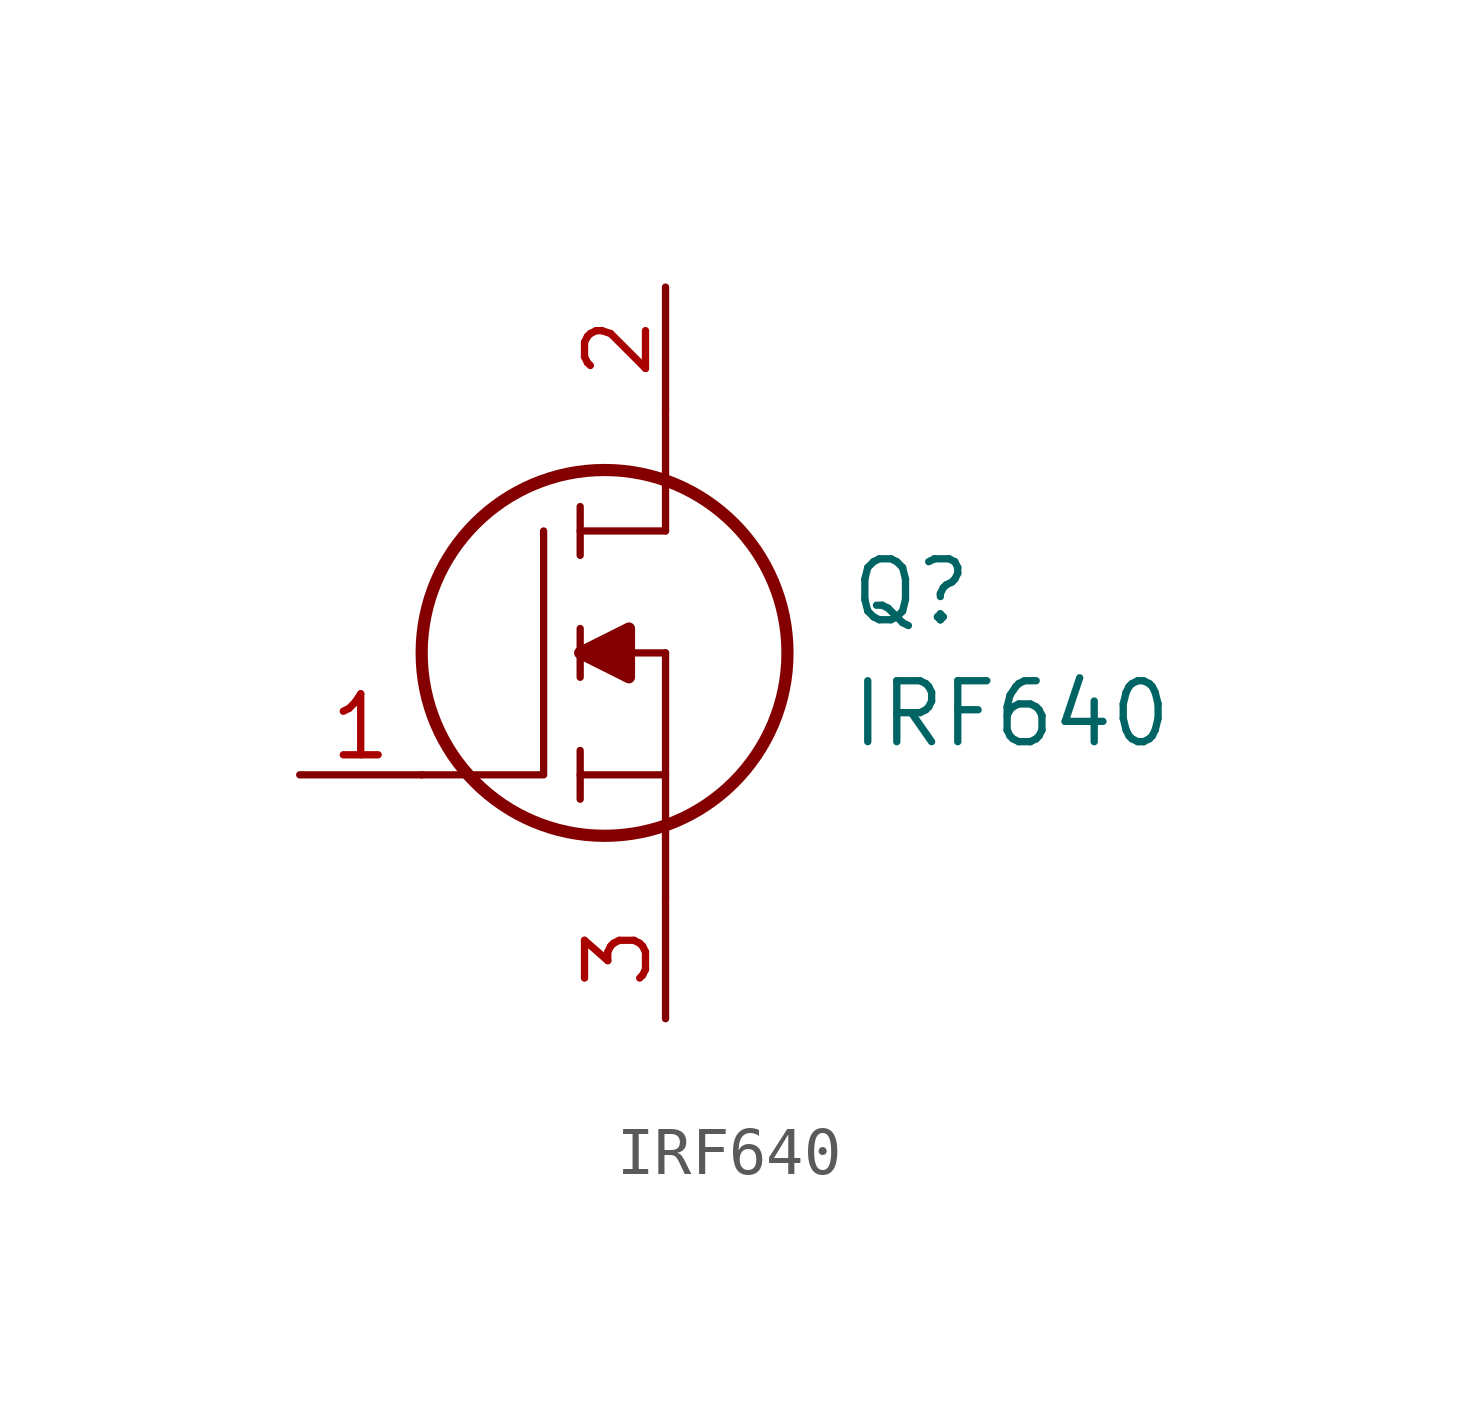
<source format=kicad_sym>
(kicad_symbol_lib
  (version 20211014)
  (generator kicad_symbol_editor)
  (symbol "IRF640"
    (pin_names
      (offset 0.762))
    (property "Reference" "Q"
      (at 11.43 3.81 0)
      (effects (font (size 1.27 1.27)) (justify left)))
    (property "Value" "IRF640"
      (at 11.43 1.27 0)
      (effects (font (size 1.27 1.27)) (justify left)))
    (symbol "IRF640_0_0"
      (pin passive line (at 0 0 0) (length 2.54) (name "~" (effects (font (size 1.27 1.27)))) (number "1" (effects (font (size 1.27 1.27)))))
      (pin passive line (at 7.62 10.16 270) (length 2.54) (name "~" (effects (font (size 1.27 1.27)))) (number "2" (effects (font (size 1.27 1.27)))))
      (pin passive line (at 7.62 -5.08 90) (length 2.54) (name "~" (effects (font (size 1.27 1.27)))) (number "3" (effects (font (size 1.27 1.27))))))
    (symbol "IRF640_0_1"
      (polyline (pts (xy 5.842 -0.508) (xy 5.842 0.508)) (stroke (width 0.152) (type default) (color 0 0 0 0)) (fill (type none)))
      (polyline (pts (xy 5.842 0) (xy 7.62 0)) (stroke (width 0.152) (type default) (color 0 0 0 0)) (fill (type none)))
      (polyline (pts (xy 5.842 2.032) (xy 5.842 3.048)) (stroke (width 0.152) (type default) (color 0 0 0 0)) (fill (type none)))
      (polyline (pts (xy 5.842 5.588) (xy 5.842 4.572)) (stroke (width 0.152) (type default) (color 0 0 0 0)) (fill (type none)))
      (polyline (pts (xy 7.62 2.54) (xy 5.842 2.54)) (stroke (width 0.152) (type default) (color 0 0 0 0)) (fill (type none)))
      (polyline (pts (xy 7.62 2.54) (xy 7.62 -2.54)) (stroke (width 0.152) (type default) (color 0 0 0 0)) (fill (type none)))
      (polyline (pts (xy 7.62 5.08) (xy 5.842 5.08)) (stroke (width 0.152) (type default) (color 0 0 0 0)) (fill (type none)))
      (polyline (pts (xy 7.62 5.08) (xy 7.62 7.62)) (stroke (width 0.152) (type default) (color 0 0 0 0)) (fill (type none)))
      (polyline (pts (xy 2.54 0) (xy 5.08 0) (xy 5.08 5.08)) (stroke (width 0.152) (type default) (color 0 0 0 0)) (fill (type none)))
      (polyline (pts (xy 5.842 2.54) (xy 6.858 3.048) (xy 6.858 2.032) (xy 5.842 2.54)) (stroke (width 0.254) (type default) (color 0 0 0 0)) (fill (type outline)))
      (circle (center 6.35 2.54) (radius 3.81) (stroke (width 0.254) (type default) (color 0 0 0 0)) (fill (type none))))))
</source>
